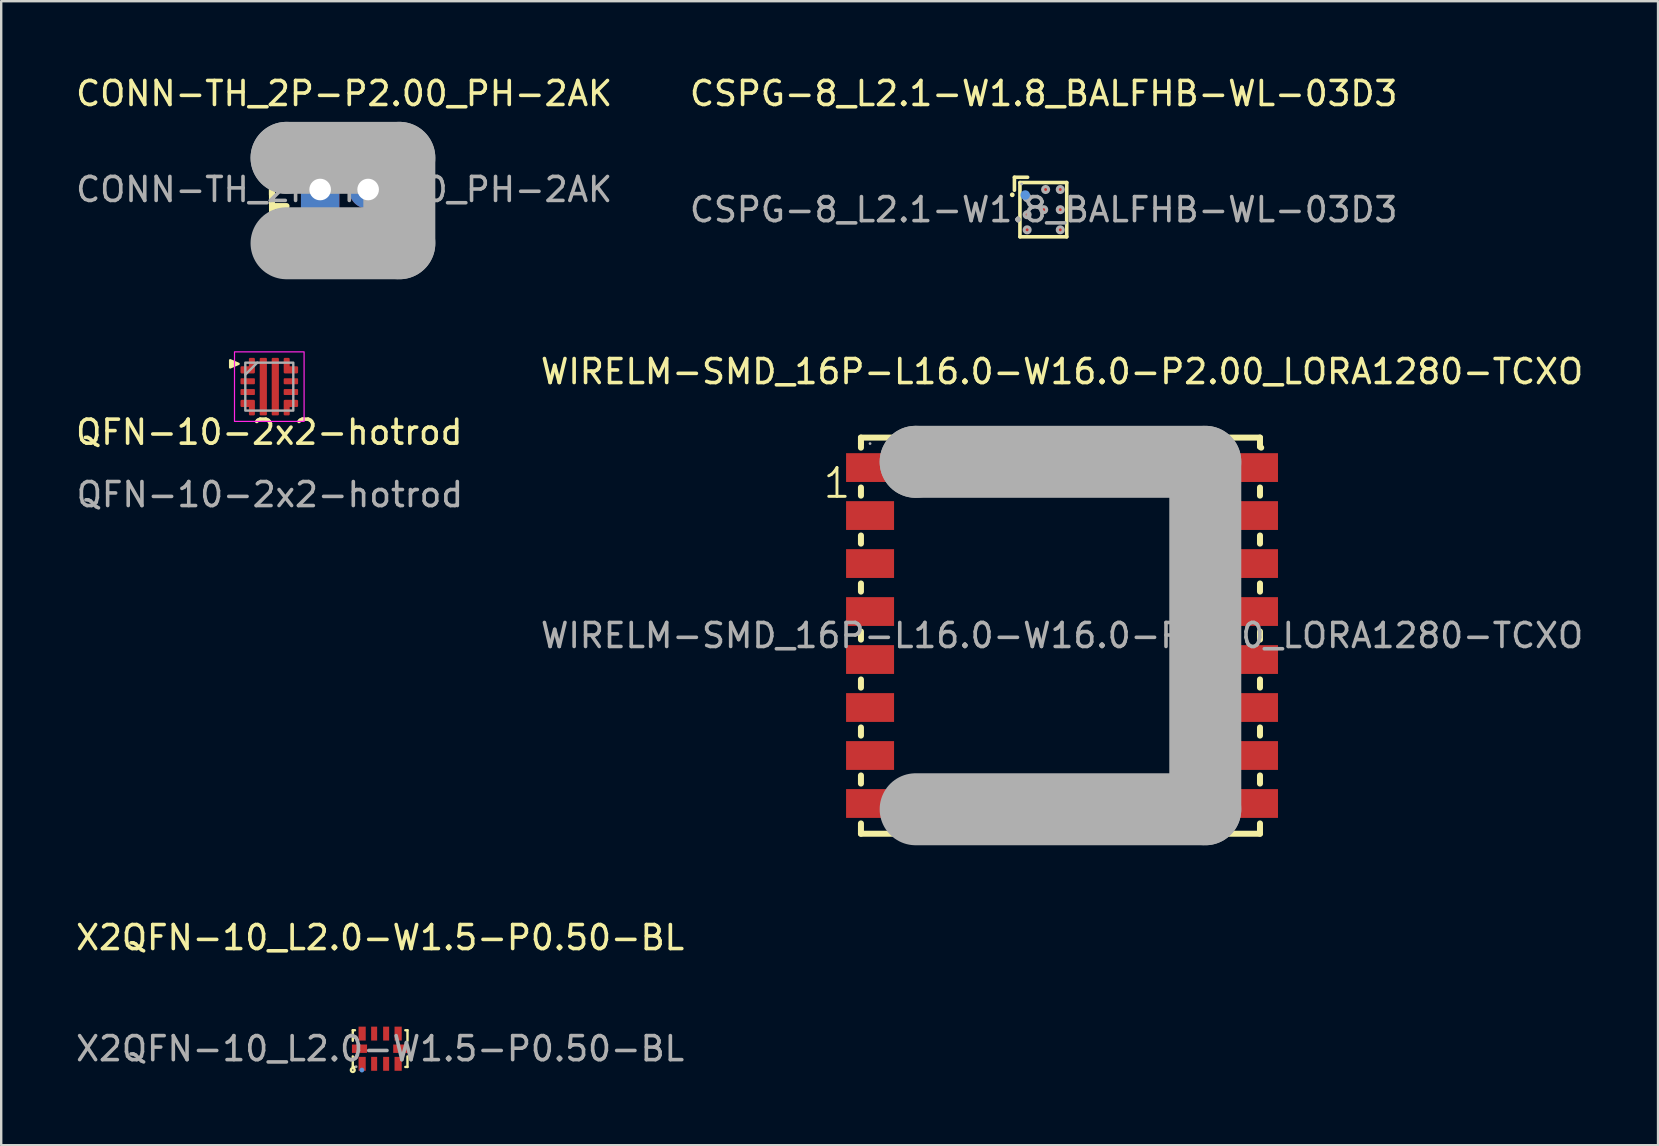
<source format=kicad_pcb>
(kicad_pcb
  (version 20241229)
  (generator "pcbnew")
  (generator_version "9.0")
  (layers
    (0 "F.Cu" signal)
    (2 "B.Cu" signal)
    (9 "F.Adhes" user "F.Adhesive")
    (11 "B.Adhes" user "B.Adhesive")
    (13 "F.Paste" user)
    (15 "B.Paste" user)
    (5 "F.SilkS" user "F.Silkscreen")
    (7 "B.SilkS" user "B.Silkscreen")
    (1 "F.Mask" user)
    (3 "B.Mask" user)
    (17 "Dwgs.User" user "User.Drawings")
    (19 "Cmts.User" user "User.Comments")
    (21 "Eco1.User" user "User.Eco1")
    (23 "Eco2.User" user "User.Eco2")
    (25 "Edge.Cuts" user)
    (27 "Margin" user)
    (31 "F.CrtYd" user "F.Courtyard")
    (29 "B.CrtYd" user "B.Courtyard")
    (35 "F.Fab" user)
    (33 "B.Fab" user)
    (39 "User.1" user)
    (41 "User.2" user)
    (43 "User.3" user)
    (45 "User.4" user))
  (footprint "CSPG-8_L2.1-W1.8_BALFHB-WL-03D3"
    (layer "F.Cu")
    (at 40.446 5.688)
    (property "Reference" "CSPG-8_L2.1-W1.8_BALFHB-WL-03D3" (at 0 -4.84 0) (layer "F.SilkS") (effects (font (size 1 1) (thickness 0.15))))
    (attr through_hole)
    (fp_line (start -1.22 -1.35) (end -1.22 -0.81) (stroke (width 0.15) (type solid)) (layer "F.SilkS"))
    (fp_line (start -0.99 -1.13) (end 0.96 -1.13) (stroke (width 0.15) (type solid)) (layer "F.SilkS"))
    (fp_line (start -0.99 1.13) (end -0.99 -1.13) (stroke (width 0.15) (type solid)) (layer "F.SilkS"))
    (fp_line (start -0.67 -1.35) (end -1.22 -1.35) (stroke (width 0.15) (type solid)) (layer "F.SilkS"))
    (fp_line (start 0.96 -1.13) (end 0.96 1.13) (stroke (width 0.15) (type solid)) (layer "F.SilkS"))
    (fp_line (start 0.96 1.13) (end -0.99 1.13) (stroke (width 0.15) (type solid)) (layer "F.SilkS"))
    (fp_circle (center -1.31 -0.62) (end -1.26 -0.62) (stroke (width 0.1) (type solid)) (fill no) (layer "F.SilkS"))
    (fp_circle (center -0.77 -0.61) (end -0.67 -0.61) (stroke (width 0.2) (type solid)) (fill no) (layer "Cmts.User"))
    (fp_circle (center -0.92 -1.07) (end -0.89 -1.07) (stroke (width 0.06) (type solid)) (fill no) (layer "F.Fab"))
    (fp_circle (center -0.69 -0.5) (end -0.63 -0.5) (stroke (width 0.13) (type solid)) (fill no) (layer "F.Fab"))
    (fp_circle (center -0.69 0.21) (end -0.63 0.21) (stroke (width 0.13) (type solid)) (fill no) (layer "F.Fab"))
    (fp_circle (center -0.69 0.84) (end -0.63 0.84) (stroke (width 0.13) (type solid)) (fill no) (layer "F.Fab"))
    (fp_circle (center 0 0) (end 0.06 0) (stroke (width 0.13) (type solid)) (fill no) (layer "F.Fab"))
    (fp_circle (center 0.08 -0.84) (end 0.14 -0.84) (stroke (width 0.13) (type solid)) (fill no) (layer "F.Fab"))
    (fp_circle (center 0.69 -0.84) (end 0.75 -0.84) (stroke (width 0.13) (type solid)) (fill no) (layer "F.Fab"))
    (fp_circle (center 0.69 0) (end 0.75 0) (stroke (width 0.13) (type solid)) (fill no) (layer "F.Fab"))
    (fp_circle (center 0.69 0.84) (end 0.75 0.84) (stroke (width 0.13) (type solid)) (fill no) (layer "F.Fab"))
    (fp_text user "${REFERENCE}" (at 0 0 0) (layer "F.Fab") (effects (font (size 1 1) (thickness 0.15))))
    (pad "A1" smd circle (at -0.69 -0.5) (size 0.2 0.2) (layers "F.Cu" "F.Mask" "F.Paste"))
    (pad "A2" smd circle (at -0.69 0.21) (size 0.2 0.2) (layers "F.Cu" "F.Mask" "F.Paste"))
    (pad "A3" smd circle (at -0.69 0.84) (size 0.2 0.2) (layers "F.Cu" "F.Mask" "F.Paste"))
    (pad "B1" smd circle (at 0.08 -0.84) (size 0.2 0.2) (layers "F.Cu" "F.Mask" "F.Paste"))
    (pad "B2" smd circle (at 0 0) (size 0.2 0.2) (layers "F.Cu" "F.Mask" "F.Paste"))
    (pad "C1" smd circle (at 0.69 -0.84) (size 0.2 0.2) (layers "F.Cu" "F.Mask" "F.Paste"))
    (pad "C2" smd circle (at 0.69 0) (size 0.2 0.2) (layers "F.Cu" "F.Mask" "F.Paste"))
    (pad "C3" smd circle (at 0.69 0.84) (size 0.2 0.2) (layers "F.Cu" "F.Mask" "F.Paste")))
  (footprint "CONN-TH_2P-P2.00_PH-2AK"
    (layer "F.Cu")
    (at 11.292 4.848)
    (property "Reference" "CONN-TH_2P-P2.00_PH-2AK" (at 0 -4 0) (layer "F.SilkS") (effects (font (size 1 1) (thickness 0.15))))
    (attr through_hole)
    (fp_line (start -3.01 -1.82) (end 2.89 -1.81) (stroke (width 0.25) (type solid)) (layer "F.SilkS"))
    (fp_line (start -3.01 -0.04) (end -3 2.88) (stroke (width 0.25) (type solid)) (layer "F.SilkS"))
    (fp_line (start -3.01 0.21) (end -3.01 -1.82) (stroke (width 0.25) (type solid)) (layer "F.SilkS"))
    (fp_line (start -3 2.88) (end 2.89 2.88) (stroke (width 0.25) (type solid)) (layer "F.SilkS"))
    (fp_line (start -2.4 -0.08) (end -2.91 -0.08) (stroke (width 0.25) (type solid)) (layer "F.SilkS"))
    (fp_line (start -2.4 0.69) (end -2.91 0.69) (stroke (width 0.25) (type solid)) (layer "F.SilkS"))
    (fp_line (start -0.88 -1.82) (end -0.88 -1.31) (stroke (width 0.25) (type solid)) (layer "F.SilkS"))
    (fp_line (start 1.15 -1.82) (end 1.15 -1.31) (stroke (width 0.25) (type solid)) (layer "F.SilkS"))
    (fp_line (start 2.3 -0.01) (end 2.8 -0.01) (stroke (width 0.25) (type solid)) (layer "F.SilkS"))
    (fp_line (start 2.3 0.75) (end 2.8 0.75) (stroke (width 0.25) (type solid)) (layer "F.SilkS"))
    (fp_line (start 2.89 -1.81) (end 2.89 2.88) (stroke (width 0.25) (type solid)) (layer "F.SilkS"))
    (fp_line (start -2.4 -1.32) (end -2.4 -1.32) (stroke (width 3) (type solid)) (layer "F.Fab"))
    (fp_line (start -2.4 -1.32) (end 2.3 -1.32) (stroke (width 3) (type solid)) (layer "F.Fab"))
    (fp_line (start 2.3 -1.32) (end 2.3 2.24) (stroke (width 3) (type solid)) (layer "F.Fab"))
    (fp_line (start 2.3 2.24) (end -2.4 2.24) (stroke (width 3) (type solid)) (layer "F.Fab"))
    (fp_circle (center -3 -1.69) (end -2.97 -1.69) (stroke (width 0.06) (type solid)) (fill no) (layer "F.Fab"))
    (fp_text user "${REFERENCE}" (at 0 0 0) (layer "F.Fab") (effects (font (size 1 1) (thickness 0.15))))
    (pad "1" thru_hole rect (at -1 0) (size 1.6 1.6) (drill 0.9) (layers "*.Cu" "*.Mask"))
    (pad "2" thru_hole circle (at 1 0) (size 1.6 1.6) (drill 0.9) (layers "*.Cu" "*.Mask")))
  (footprint "WIRELM-SMD_16P-L16.0-W16.0-P2.00_LORA1280-TCXO"
    (layer "F.Cu")
    (at 41.21 23.436)
    (property "Reference" "WIRELM-SMD_16P-L16.0-W16.0-P2.00_LORA1280-TCXO" (at 0 -11 0) (layer "F.SilkS") (effects (font (size 1 1) (thickness 0.15))))
    (attr smd)
    (fp_line (start -8.38 -8.25) (end 8.25 -8.25) (stroke (width 0.25) (type solid)) (layer "F.SilkS"))
    (fp_line (start -8.38 -8) (end -8.38 -8.25) (stroke (width 0.25) (type solid)) (layer "F.SilkS"))
    (fp_line (start -8.38 -7.83) (end -8.38 -8) (stroke (width 0.25) (type solid)) (layer "F.SilkS"))
    (fp_line (start -8.38 -5.83) (end -8.38 -6.17) (stroke (width 0.25) (type solid)) (layer "F.SilkS"))
    (fp_line (start -8.38 -3.83) (end -8.38 -4.17) (stroke (width 0.25) (type solid)) (layer "F.SilkS"))
    (fp_line (start -8.38 -1.83) (end -8.38 -2.17) (stroke (width 0.25) (type solid)) (layer "F.SilkS"))
    (fp_line (start -8.38 0.17) (end -8.38 -0.17) (stroke (width 0.25) (type solid)) (layer "F.SilkS"))
    (fp_line (start -8.38 2.17) (end -8.38 1.83) (stroke (width 0.25) (type solid)) (layer "F.SilkS"))
    (fp_line (start -8.38 4.17) (end -8.38 3.83) (stroke (width 0.25) (type solid)) (layer "F.SilkS"))
    (fp_line (start -8.38 6.17) (end -8.38 5.83) (stroke (width 0.25) (type solid)) (layer "F.SilkS"))
    (fp_line (start -8.38 8.26) (end -8.38 7.83) (stroke (width 0.25) (type solid)) (layer "F.SilkS"))
    (fp_line (start 8.25 -8.25) (end 8.25 -7.87) (stroke (width 0.25) (type solid)) (layer "F.SilkS"))
    (fp_line (start 8.25 -7.87) (end 8.3 -7.83) (stroke (width 0.25) (type solid)) (layer "F.SilkS"))
    (fp_line (start 8.25 -6.17) (end 8.25 -5.83) (stroke (width 0.25) (type solid)) (layer "F.SilkS"))
    (fp_line (start 8.25 -4.17) (end 8.25 -3.83) (stroke (width 0.25) (type solid)) (layer "F.SilkS"))
    (fp_line (start 8.25 -2.17) (end 8.25 -1.83) (stroke (width 0.25) (type solid)) (layer "F.SilkS"))
    (fp_line (start 8.25 -0.17) (end 8.25 0.17) (stroke (width 0.25) (type solid)) (layer "F.SilkS"))
    (fp_line (start 8.25 1.83) (end 8.25 2.17) (stroke (width 0.25) (type solid)) (layer "F.SilkS"))
    (fp_line (start 8.25 3.83) (end 8.25 4.17) (stroke (width 0.25) (type solid)) (layer "F.SilkS"))
    (fp_line (start 8.25 5.83) (end 8.25 6.17) (stroke (width 0.25) (type solid)) (layer "F.SilkS"))
    (fp_line (start 8.25 7.83) (end 8.25 8.26) (stroke (width 0.25) (type solid)) (layer "F.SilkS"))
    (fp_line (start 8.25 8.26) (end -8.38 8.26) (stroke (width 0.25) (type solid)) (layer "F.SilkS"))
    (fp_line (start -6.1 -7.24) (end -6.1 -7.24) (stroke (width 3) (type solid)) (layer "F.Fab"))
    (fp_line (start -6.1 -7.24) (end 5.97 -7.24) (stroke (width 3) (type solid)) (layer "F.Fab"))
    (fp_line (start 5.97 -7.24) (end 5.97 7.24) (stroke (width 3) (type solid)) (layer "F.Fab"))
    (fp_line (start 5.97 7.24) (end -6.1 7.24) (stroke (width 3) (type solid)) (layer "F.Fab"))
    (fp_circle (center -8 -8) (end -7.97 -8) (stroke (width 0.06) (type solid)) (fill no) (layer "F.Fab"))
    (fp_text user "1" (at -10.03 -6.35 0) (layer "F.SilkS") (effects (font (size 1.2 1.2) (thickness 0.12)) (justify left)))
    (fp_text user "ANT" (at 3.05 6.86 0) (layer "F.SilkS") (effects (font (size 1 1) (thickness 0.15)) (justify left)))
    (fp_text user "${REFERENCE}" (at 0 0 0) (layer "F.Fab") (effects (font (size 1 1) (thickness 0.15))))
    (pad "1" smd rect (at -8 -7 90) (size 1.2 2) (layers "F.Cu" "F.Mask" "F.Paste"))
    (pad "2" smd rect (at -8 -5 90) (size 1.2 2) (layers "F.Cu" "F.Mask" "F.Paste"))
    (pad "3" smd rect (at -8 -3 90) (size 1.2 2) (layers "F.Cu" "F.Mask" "F.Paste"))
    (pad "4" smd rect (at -8 -1 90) (size 1.2 2) (layers "F.Cu" "F.Mask" "F.Paste"))
    (pad "5" smd rect (at -8 1 90) (size 1.2 2) (layers "F.Cu" "F.Mask" "F.Paste"))
    (pad "6" smd rect (at -8 3 90) (size 1.2 2) (layers "F.Cu" "F.Mask" "F.Paste"))
    (pad "7" smd rect (at -8 5 90) (size 1.2 2) (layers "F.Cu" "F.Mask" "F.Paste"))
    (pad "8" smd rect (at -8 7 90) (size 1.2 2) (layers "F.Cu" "F.Mask" "F.Paste"))
    (pad "9" smd rect (at 8 7 90) (size 1.2 2) (layers "F.Cu" "F.Mask" "F.Paste"))
    (pad "10" smd rect (at 8 5 90) (size 1.2 2) (layers "F.Cu" "F.Mask" "F.Paste"))
    (pad "11" smd rect (at 8 3 90) (size 1.2 2) (layers "F.Cu" "F.Mask" "F.Paste"))
    (pad "12" smd rect (at 8 1 90) (size 1.2 2) (layers "F.Cu" "F.Mask" "F.Paste"))
    (pad "13" smd rect (at 8 -1 90) (size 1.2 2) (layers "F.Cu" "F.Mask" "F.Paste"))
    (pad "14" smd rect (at 8 -3 90) (size 1.2 2) (layers "F.Cu" "F.Mask" "F.Paste"))
    (pad "15" smd rect (at 8 -5 90) (size 1.2 2) (layers "F.Cu" "F.Mask" "F.Paste"))
    (pad "16" smd rect (at 8 -7 90) (size 1.2 2) (layers "F.Cu" "F.Mask" "F.Paste")))
  (footprint "QFN-10-2x2-hotrod"
    (layer "F.Cu")
    (at 8.173 13.063)
    (property "Reference" "QFN-10-2x2-hotrod" (at 0 1.9 0) (unlocked yes) (layer "F.SilkS") (effects (font (size 1 1) (thickness 0.15))))
    (fp_poly (pts (xy -1.631 -1.1) (xy -1.631 -0.8) (xy -1.281 -0.95)) (stroke (width 0.1) (type solid)) (fill yes) (layer "F.SilkS"))
    (fp_poly (pts (xy -1.15 -0.6) (xy -1.15 -0.775) (xy -0.8 -0.775) (xy -0.8 -1.15) (xy -0.65 -1.15) (xy -0.65 -0.6)) (stroke (width 0.1) (type solid)) (fill yes) (layer "F.Paste"))
    (fp_poly (pts (xy -1.15 0.6) (xy -1.15 0.775) (xy -0.8 0.775) (xy -0.8 1.15) (xy -0.65 1.15) (xy -0.65 0.6)) (stroke (width 0.1) (type solid)) (fill yes) (layer "F.Paste"))
    (fp_poly (pts (xy 1.15 -0.6) (xy 1.15 -0.775) (xy 0.8 -0.775) (xy 0.8 -1.15) (xy 0.65 -1.15) (xy 0.65 -0.6)) (stroke (width 0.1) (type solid)) (fill yes) (layer "F.Paste"))
    (fp_poly (pts (xy 1.15 0.6) (xy 1.15 0.775) (xy 0.8 0.775) (xy 0.8 1.15) (xy 0.65 1.15) (xy 0.65 0.6)) (stroke (width 0.1) (type solid)) (fill yes) (layer "F.Paste"))
    (fp_rect (start -1.45 -1.45) (end 1.45 1.45) (stroke (width 0.05) (type default)) (fill no) (layer "F.CrtYd"))
    (fp_line (start -0.5 -1) (end -1 -0.5) (stroke (width 0.1) (type default)) (layer "F.Fab"))
    (fp_rect (start -1 -1) (end 1 1) (stroke (width 0.1) (type default)) (fill no) (layer "F.Fab"))
    (fp_text user "${REFERENCE}" (at 0.025 4.5 0) (unlocked yes) (layer "F.Fab") (effects (font (size 1 1) (thickness 0.15))))
    (pad "" smd roundrect (at -0.25 -0.63) (size 0.28 1.06) (layers "F.Paste") (roundrect_rratio 0.179))
    (pad "" smd roundrect (at -0.25 0.63) (size 0.28 1.06) (layers "F.Paste") (roundrect_rratio 0.179))
    (pad "" smd roundrect (at 0.25 -0.63) (size 0.28 1.06) (layers "F.Paste") (roundrect_rratio 0.179))
    (pad "" smd roundrect (at 0.25 0.63) (size 0.28 1.06) (layers "F.Paste") (roundrect_rratio 0.179))
    (pad "1" smd custom (at -0.75 -0.7 180) (size 0.3 0.3) (layers "F.Cu" "F.Mask") (options (anchor circle)) (primitives (gr_poly (pts (xy 0.45 -0.1) (xy 0.4 -0.15) (xy -0.1 -0.15) (xy -0.15 -0.1) (xy -0.15 0.45) (xy -0.1 0.5) (xy 0.05 0.5) (xy 0.1 0.45) (xy 0.1 0.15) (xy 0.4 0.15) (xy 0.45 0.1)) (width 0) (fill yes)) (gr_arc (start -0.1254 -0.1) (mid -0.117961 -0.117961) (end -0.1 -0.1254) (width 0.05)) (gr_arc (start 0.4254 0.1) (mid 0.417961 0.117961) (end 0.4 0.1254) (width 0.05)) (gr_arc (start 0.4 -0.1254) (mid 0.417961 -0.117961) (end 0.4254 -0.1) (width 0.05)) (gr_arc (start 0.0754 0.45) (mid 0.067961 0.467961) (end 0.05 0.4754) (width 0.05)) (gr_arc (start -0.1 0.4754) (mid -0.117961 0.467961) (end -0.1254 0.45) (width 0.05))))
    (pad "2" smd roundrect (at -0.9 -0.225) (size 0.6 0.25) (layers "F.Cu" "F.Mask" "F.Paste") (roundrect_rratio 0.15))
    (pad "3" smd roundrect (at -0.9 0.225) (size 0.6 0.25) (layers "F.Cu" "F.Mask" "F.Paste") (roundrect_rratio 0.15))
    (pad "4" smd custom (at -0.75 0.7 180) (size 0.3 0.3) (layers "F.Cu" "F.Mask") (options (anchor circle)) (primitives (gr_poly (pts (xy 0.45 0.1) (xy 0.4 0.15) (xy -0.1 0.15) (xy -0.15 0.1) (xy -0.15 -0.45) (xy -0.1 -0.5) (xy 0.05 -0.5) (xy 0.1 -0.45) (xy 0.1 -0.15) (xy 0.4 -0.15) (xy 0.45 -0.1)) (width 0) (fill yes)) (gr_arc (start -0.1 0.1254) (mid -0.117961 0.117961) (end -0.1254 0.1) (width 0.05)) (gr_arc (start 0.4 -0.1254) (mid 0.417961 -0.117961) (end 0.4254 -0.1) (width 0.05)) (gr_arc (start 0.4254 0.1) (mid 0.417961 0.117961) (end 0.4 0.1254) (width 0.05)) (gr_arc (start 0.05 -0.4754) (mid 0.067961 -0.467961) (end 0.0754 -0.45) (width 0.05)) (gr_arc (start -0.1254 -0.45) (mid -0.117961 -0.467961) (end -0.1 -0.4754) (width 0.05))))
    (pad "5" smd roundrect (at -0.25 0) (size 0.3 2.4) (layers "F.Cu" "F.Mask") (roundrect_rratio 0.15))
    (pad "6" smd roundrect (at 0.25 0) (size 0.3 2.4) (layers "F.Cu" "F.Mask") (roundrect_rratio 0.15))
    (pad "7" smd custom (at 0.75 0.7 180) (size 0.3 0.3) (layers "F.Cu" "F.Mask") (options (anchor circle)) (primitives (gr_poly (pts (xy -0.45 0.1) (xy -0.4 0.15) (xy 0.1 0.15) (xy 0.15 0.1) (xy 0.15 -0.45) (xy 0.1 -0.5) (xy -0.05 -0.5) (xy -0.1 -0.45) (xy -0.1 -0.15) (xy -0.4 -0.15) (xy -0.45 -0.1)) (width 0) (fill yes)) (gr_arc (start 0.1254 0.1) (mid 0.117961 0.117961) (end 0.1 0.1254) (width 0.05)) (gr_arc (start -0.4254 -0.1) (mid -0.417961 -0.117961) (end -0.4 -0.1254) (width 0.05)) (gr_arc (start -0.4 0.1254) (mid -0.417961 0.117961) (end -0.4254 0.1) (width 0.05)) (gr_arc (start -0.0754 -0.45) (mid -0.067961 -0.467961) (end -0.05 -0.4754) (width 0.05)) (gr_arc (start 0.1 -0.4754) (mid 0.117961 -0.467961) (end 0.1254 -0.45) (width 0.05))))
    (pad "8" smd roundrect (at 0.9 0.225) (size 0.6 0.25) (layers "F.Cu" "F.Mask" "F.Paste") (roundrect_rratio 0.15))
    (pad "9" smd roundrect (at 0.9 -0.225) (size 0.6 0.25) (layers "F.Cu" "F.Mask" "F.Paste") (roundrect_rratio 0.15))
    (pad "10" smd custom (at 0.75 -0.7 180) (size 0.3 0.3) (layers "F.Cu" "F.Mask") (options (anchor circle)) (primitives (gr_poly (pts (xy -0.45 -0.1) (xy -0.4 -0.15) (xy 0.1 -0.15) (xy 0.15 -0.1) (xy 0.15 0.45) (xy 0.1 0.5) (xy -0.05 0.5) (xy -0.1 0.45) (xy -0.1 0.15) (xy -0.4 0.15) (xy -0.45 0.1)) (width 0) (fill yes)) (gr_arc (start 0.1 -0.1254) (mid 0.117961 -0.117961) (end 0.1254 -0.1) (width 0.05)) (gr_arc (start -0.4 0.1254) (mid -0.417961 0.117961) (end -0.4254 0.1) (width 0.05)) (gr_arc (start -0.4254 -0.1) (mid -0.417961 -0.117961) (end -0.4 -0.1254) (width 0.05)) (gr_arc (start -0.05 0.4754) (mid -0.067961 0.467961) (end -0.0754 0.45) (width 0.05)) (gr_arc (start 0.1254 0.45) (mid 0.117961 0.467961) (end 0.1 0.4754) (width 0.05)))))
  (footprint "X2QFN-10_L2.0-W1.5-P0.50-BL"
    (layer "F.Cu")
    (at 12.792 40.655)
    (property "Reference" "X2QFN-10_L2.0-W1.5-P0.50-BL" (at 0 -4.63 0) (layer "F.SilkS") (effects (font (size 1 1) (thickness 0.15))))
    (attr smd)
    (fp_line (start -1.14 -0.77) (end -1.14 -0.33) (stroke (width 0.1) (type solid)) (layer "F.SilkS"))
    (fp_line (start -1.14 0.32) (end -1.14 0.76) (stroke (width 0.1) (type solid)) (layer "F.SilkS"))
    (fp_line (start -1.14 0.76) (end -1.05 0.76) (stroke (width 0.1) (type solid)) (layer "F.SilkS"))
    (fp_line (start -1.05 -0.77) (end -1.14 -0.77) (stroke (width 0.1) (type solid)) (layer "F.SilkS"))
    (fp_line (start 1.05 0.76) (end 1.14 0.76) (stroke (width 0.1) (type solid)) (layer "F.SilkS"))
    (fp_line (start 1.14 -0.77) (end 1.05 -0.77) (stroke (width 0.1) (type solid)) (layer "F.SilkS"))
    (fp_line (start 1.14 -0.33) (end 1.14 -0.77) (stroke (width 0.1) (type solid)) (layer "F.SilkS"))
    (fp_line (start 1.14 0.76) (end 1.14 0.32) (stroke (width 0.1) (type solid)) (layer "F.SilkS"))
    (fp_circle (center -1.14 0.89) (end -1.06 0.89) (stroke (width 0.1) (type solid)) (fill no) (layer "F.SilkS"))
    (fp_circle (center -0.76 0.89) (end -0.71 0.89) (stroke (width 0.1) (type solid)) (fill no) (layer "Cmts.User"))
    (fp_circle (center -1 0.75) (end -0.97 0.75) (stroke (width 0.06) (type solid)) (fill no) (layer "F.Fab"))
    (fp_text user "${REFERENCE}" (at 0 0 0) (layer "F.Fab") (effects (font (size 1 1) (thickness 0.15))))
    (pad "1" smd rect (at -0.75 0.63) (size 0.3 0.58) (layers "F.Cu" "F.Mask" "F.Paste"))
    (pad "2" smd rect (at -0.25 0.63) (size 0.25 0.58) (layers "F.Cu" "F.Mask" "F.Paste"))
    (pad "3" smd rect (at 0.25 0.63) (size 0.25 0.58) (layers "F.Cu" "F.Mask" "F.Paste"))
    (pad "4" smd rect (at 0.75 0.63) (size 0.3 0.58) (layers "F.Cu" "F.Mask" "F.Paste"))
    (pad "5" smd rect (at 0.86 0 90) (size 0.35 0.63) (layers "F.Cu" "F.Mask" "F.Paste"))
    (pad "6" smd rect (at 0.75 -0.63) (size 0.3 0.58) (layers "F.Cu" "F.Mask" "F.Paste"))
    (pad "7" smd rect (at 0.25 -0.63) (size 0.25 0.58) (layers "F.Cu" "F.Mask" "F.Paste"))
    (pad "8" smd rect (at -0.25 -0.63) (size 0.25 0.58) (layers "F.Cu" "F.Mask" "F.Paste"))
    (pad "9" smd rect (at -0.75 -0.63) (size 0.3 0.58) (layers "F.Cu" "F.Mask" "F.Paste"))
    (pad "10" smd rect (at -0.86 0 90) (size 0.35 0.63) (layers "F.Cu" "F.Mask" "F.Paste")))
  (gr_rect
    (start -3 -3)
    (end 66.049 44.675)
    (stroke (width 0.1) (type default))
    (fill no)
    (layer "Edge.Cuts")))
</source>
